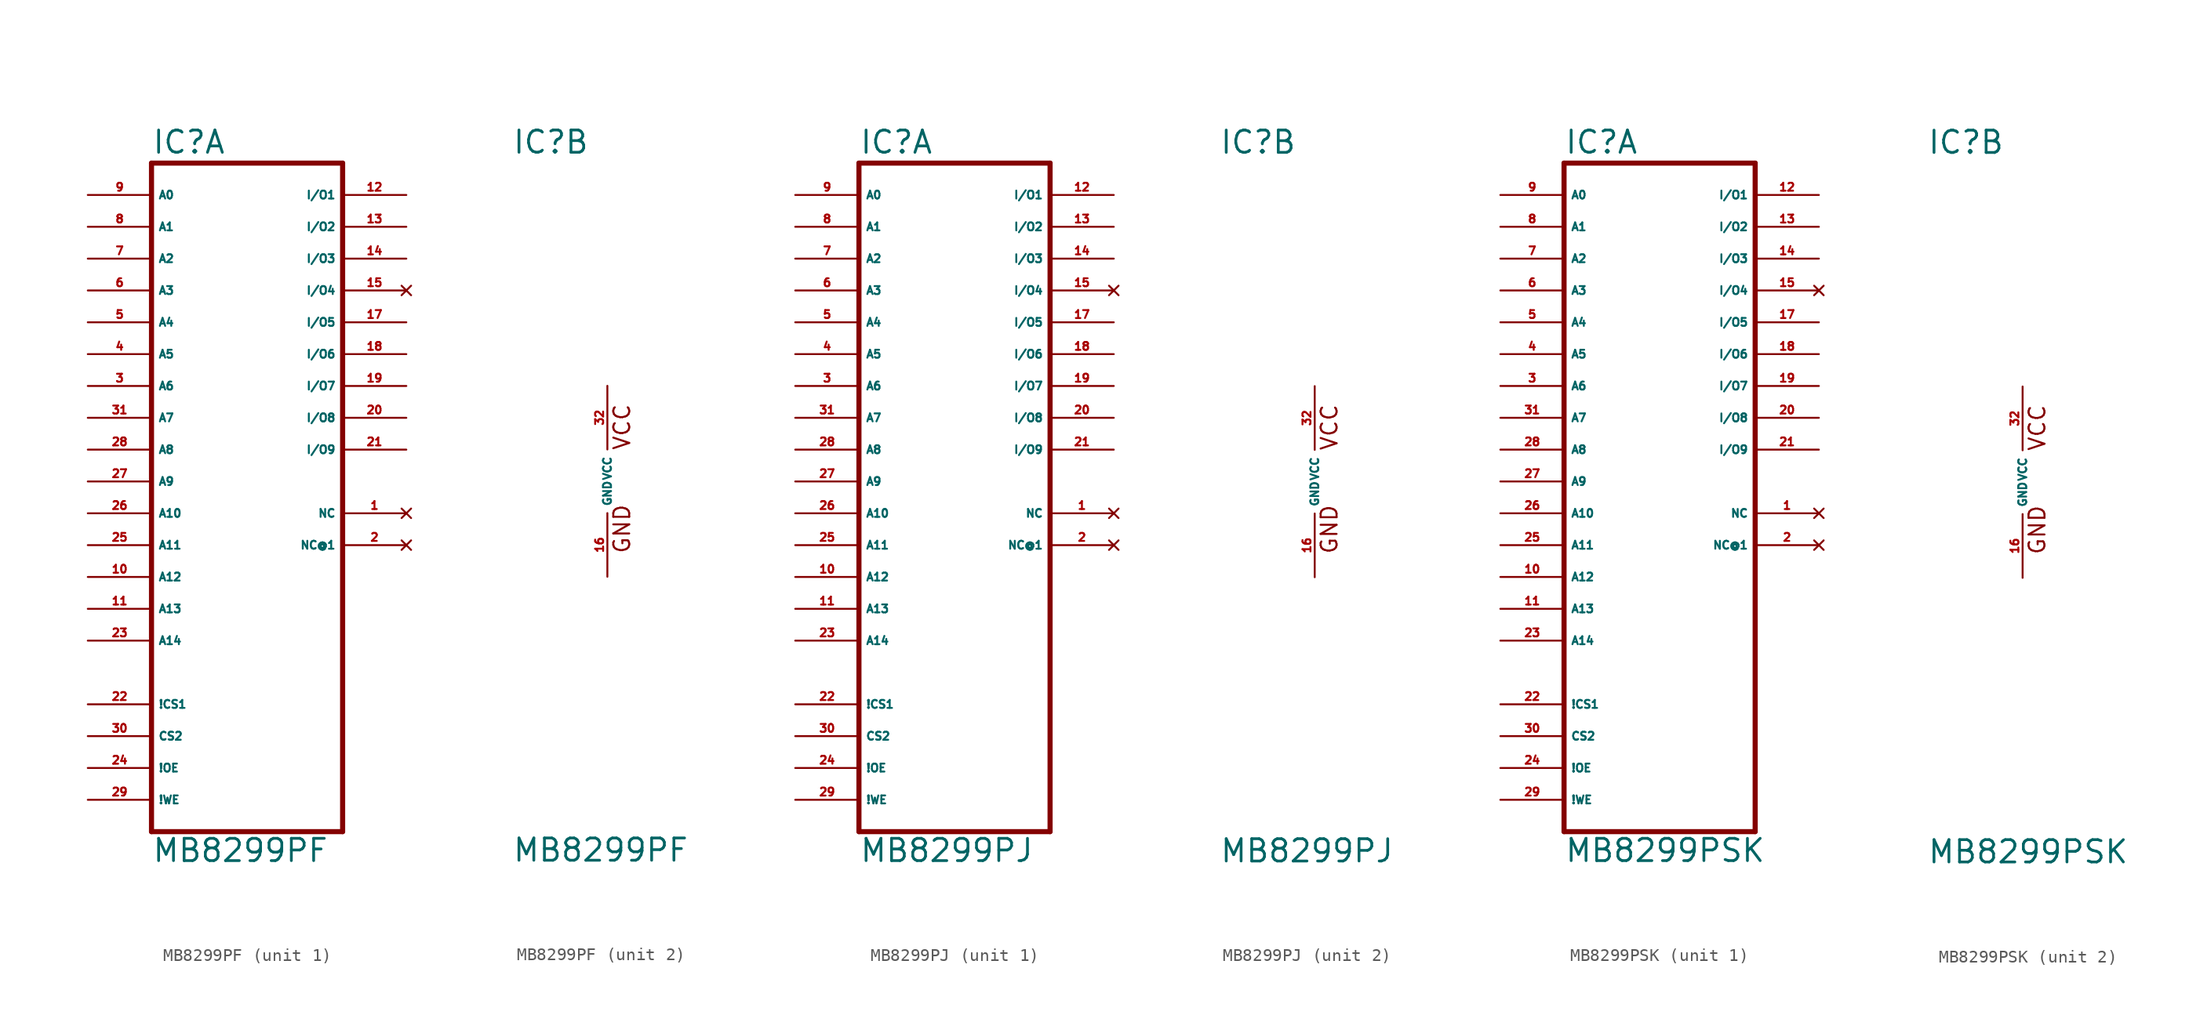
<source format=kicad_sym>
(kicad_symbol_lib
  (version 20220914)
  (generator Eagle2Kicad)
  (symbol "MB8299PF"
    (property "Reference" "IC"
      (at -7.62 26.035 0)
      (effects (font (size 1.778 1.778) (thickness 0.22)) (justify left bottom)))
    (property "Value" "MB8299PF"
      (at -7.62 -30.48 0)
      (effects (font (size 1.778 1.778) (thickness 0.22)) (justify left bottom)))
    (symbol "MB8299PF_1_0"
      (polyline (pts (xy -7.62 -27.94) (xy -7.62 25.4)) (stroke (width 0.406) (type default)) (fill (type none)))
      (polyline (pts (xy -7.62 25.4) (xy 7.62 25.4)) (stroke (width 0.406) (type default)) (fill (type none)))
      (polyline (pts (xy 7.62 25.4) (xy 7.62 -27.94)) (stroke (width 0.406) (type default)) (fill (type none)))
      (polyline (pts (xy 7.62 -27.94) (xy -7.62 -27.94)) (stroke (width 0.406) (type default)) (fill (type none)))
      (pin input line (at -12.7 22.86 0) (length 5.08) (name "A0" (effects (font (size 0.635 0.635) (thickness 0.08)) (justify left bottom))) (number "9" (effects (font (size 0.635 0.635) (thickness 0.08)) (justify left bottom))))
      (pin input line (at -12.7 20.32 0) (length 5.08) (name "A1" (effects (font (size 0.635 0.635) (thickness 0.08)) (justify left bottom))) (number "8" (effects (font (size 0.635 0.635) (thickness 0.08)) (justify left bottom))))
      (pin input line (at -12.7 17.78 0) (length 5.08) (name "A2" (effects (font (size 0.635 0.635) (thickness 0.08)) (justify left bottom))) (number "7" (effects (font (size 0.635 0.635) (thickness 0.08)) (justify left bottom))))
      (pin input line (at -12.7 15.24 0) (length 5.08) (name "A3" (effects (font (size 0.635 0.635) (thickness 0.08)) (justify left bottom))) (number "6" (effects (font (size 0.635 0.635) (thickness 0.08)) (justify left bottom))))
      (pin input line (at -12.7 12.7 0) (length 5.08) (name "A4" (effects (font (size 0.635 0.635) (thickness 0.08)) (justify left bottom))) (number "5" (effects (font (size 0.635 0.635) (thickness 0.08)) (justify left bottom))))
      (pin input line (at -12.7 7.62 0) (length 5.08) (name "A6" (effects (font (size 0.635 0.635) (thickness 0.08)) (justify left bottom))) (number "3" (effects (font (size 0.635 0.635) (thickness 0.08)) (justify left bottom))))
      (pin input line (at -12.7 10.16 0) (length 5.08) (name "A5" (effects (font (size 0.635 0.635) (thickness 0.08)) (justify left bottom))) (number "4" (effects (font (size 0.635 0.635) (thickness 0.08)) (justify left bottom))))
      (pin input line (at -12.7 5.08 0) (length 5.08) (name "A7" (effects (font (size 0.635 0.635) (thickness 0.08)) (justify left bottom))) (number "31" (effects (font (size 0.635 0.635) (thickness 0.08)) (justify left bottom))))
      (pin input line (at -12.7 2.54 0) (length 5.08) (name "A8" (effects (font (size 0.635 0.635) (thickness 0.08)) (justify left bottom))) (number "28" (effects (font (size 0.635 0.635) (thickness 0.08)) (justify left bottom))))
      (pin input line (at -12.7 0 0) (length 5.08) (name "A9" (effects (font (size 0.635 0.635) (thickness 0.08)) (justify left bottom))) (number "27" (effects (font (size 0.635 0.635) (thickness 0.08)) (justify left bottom))))
      (pin input line (at -12.7 -2.54 0) (length 5.08) (name "A10" (effects (font (size 0.635 0.635) (thickness 0.08)) (justify left bottom))) (number "26" (effects (font (size 0.635 0.635) (thickness 0.08)) (justify left bottom))))
      (pin input line (at -12.7 -5.08 0) (length 5.08) (name "A11" (effects (font (size 0.635 0.635) (thickness 0.08)) (justify left bottom))) (number "25" (effects (font (size 0.635 0.635) (thickness 0.08)) (justify left bottom))))
      (pin bidirectional line (at 12.7 22.86 180) (length 5.08) (name "I/O1" (effects (font (size 0.635 0.635) (thickness 0.08)) (justify left bottom))) (number "12" (effects (font (size 0.635 0.635) (thickness 0.08)) (justify left bottom))))
      (pin bidirectional line (at 12.7 20.32 180) (length 5.08) (name "I/O2" (effects (font (size 0.635 0.635) (thickness 0.08)) (justify left bottom))) (number "13" (effects (font (size 0.635 0.635) (thickness 0.08)) (justify left bottom))))
      (pin bidirectional line (at 12.7 17.78 180) (length 5.08) (name "I/O3" (effects (font (size 0.635 0.635) (thickness 0.08)) (justify left bottom))) (number "14" (effects (font (size 0.635 0.635) (thickness 0.08)) (justify left bottom))))
      (pin no_connect line (at 12.7 15.24 180) (length 5.08) (name "I/O4" (effects (font (size 0.635 0.635) (thickness 0.08)) (justify left bottom) hide)) (number "15" (effects (font (size 0.635 0.635) (thickness 0.08)) (justify left bottom) hide)))
      (pin input line (at -12.7 -20.32 0) (length 5.08) (name "CS2" (effects (font (size 0.635 0.635) (thickness 0.08)) (justify left bottom))) (number "30" (effects (font (size 0.635 0.635) (thickness 0.08)) (justify left bottom))))
      (pin input line (at -12.7 -25.4 0) (length 5.08) (name "!WE" (effects (font (size 0.635 0.635) (thickness 0.08)) (justify left bottom))) (number "29" (effects (font (size 0.635 0.635) (thickness 0.08)) (justify left bottom))))
      (pin input line (at -12.7 -7.62 0) (length 5.08) (name "A12" (effects (font (size 0.635 0.635) (thickness 0.08)) (justify left bottom))) (number "10" (effects (font (size 0.635 0.635) (thickness 0.08)) (justify left bottom))))
      (pin input line (at -12.7 -22.86 0) (length 5.08) (name "!OE" (effects (font (size 0.635 0.635) (thickness 0.08)) (justify left bottom))) (number "24" (effects (font (size 0.635 0.635) (thickness 0.08)) (justify left bottom))))
      (pin bidirectional line (at 12.7 12.7 180) (length 5.08) (name "I/O5" (effects (font (size 0.635 0.635) (thickness 0.08)) (justify left bottom))) (number "17" (effects (font (size 0.635 0.635) (thickness 0.08)) (justify left bottom))))
      (pin bidirectional line (at 12.7 10.16 180) (length 5.08) (name "I/O6" (effects (font (size 0.635 0.635) (thickness 0.08)) (justify left bottom))) (number "18" (effects (font (size 0.635 0.635) (thickness 0.08)) (justify left bottom))))
      (pin bidirectional line (at 12.7 7.62 180) (length 5.08) (name "I/O7" (effects (font (size 0.635 0.635) (thickness 0.08)) (justify left bottom))) (number "19" (effects (font (size 0.635 0.635) (thickness 0.08)) (justify left bottom))))
      (pin bidirectional line (at 12.7 5.08 180) (length 5.08) (name "I/O8" (effects (font (size 0.635 0.635) (thickness 0.08)) (justify left bottom))) (number "20" (effects (font (size 0.635 0.635) (thickness 0.08)) (justify left bottom))))
      (pin input line (at -12.7 -12.7 0) (length 5.08) (name "A14" (effects (font (size 0.635 0.635) (thickness 0.08)) (justify left bottom))) (number "23" (effects (font (size 0.635 0.635) (thickness 0.08)) (justify left bottom))))
      (pin input line (at -12.7 -10.16 0) (length 5.08) (name "A13" (effects (font (size 0.635 0.635) (thickness 0.08)) (justify left bottom))) (number "11" (effects (font (size 0.635 0.635) (thickness 0.08)) (justify left bottom))))
      (pin bidirectional line (at 12.7 2.54 180) (length 5.08) (name "I/O9" (effects (font (size 0.635 0.635) (thickness 0.08)) (justify left bottom))) (number "21" (effects (font (size 0.635 0.635) (thickness 0.08)) (justify left bottom))))
      (pin no_connect line (at 12.7 -2.54 180) (length 5.08) (name "NC" (effects (font (size 0.635 0.635) (thickness 0.08)) (justify left bottom) hide)) (number "1" (effects (font (size 0.635 0.635) (thickness 0.08)) (justify left bottom) hide)))
      (pin no_connect line (at 12.7 -5.08 180) (length 5.08) (name "NC@1" (effects (font (size 0.635 0.635) (thickness 0.08)) (justify left bottom) hide)) (number "2" (effects (font (size 0.635 0.635) (thickness 0.08)) (justify left bottom) hide)))
      (pin input line (at -12.7 -17.78 0) (length 5.08) (name "!CS1" (effects (font (size 0.635 0.635) (thickness 0.08)) (justify left bottom))) (number "22" (effects (font (size 0.635 0.635) (thickness 0.08)) (justify left bottom)))))
    (symbol "MB8299PF_2_0"
      (text "VCC" (at 1.905 2.413 900) (effects (font (size 1.27 1.27) (thickness 0.16)) (justify left bottom)))
      (text "GND" (at 1.905 -5.842 900) (effects (font (size 1.27 1.27) (thickness 0.16)) (justify left bottom)))
      (pin unspecified line (at 0 -7.62 90) (length 5.08) (name "GND" (effects (font (size 0.635 0.635) (thickness 0.08)) (justify left bottom))) (number "16" (effects (font (size 0.635 0.635) (thickness 0.08)) (justify left bottom))))
      (pin unspecified line (at 0 7.62 270) (length 5.08) (name "VCC" (effects (font (size 0.635 0.635) (thickness 0.08)) (justify left bottom))) (number "32" (effects (font (size 0.635 0.635) (thickness 0.08)) (justify left bottom))))))
  (symbol "MB8299PJ"
    (property "Reference" "IC"
      (at -7.62 26.035 0)
      (effects (font (size 1.778 1.778) (thickness 0.22)) (justify left bottom)))
    (property "Value" "MB8299PJ"
      (at -7.62 -30.48 0)
      (effects (font (size 1.778 1.778) (thickness 0.22)) (justify left bottom)))
    (symbol "MB8299PJ_1_0"
      (polyline (pts (xy -7.62 -27.94) (xy -7.62 25.4)) (stroke (width 0.406) (type default)) (fill (type none)))
      (polyline (pts (xy -7.62 25.4) (xy 7.62 25.4)) (stroke (width 0.406) (type default)) (fill (type none)))
      (polyline (pts (xy 7.62 25.4) (xy 7.62 -27.94)) (stroke (width 0.406) (type default)) (fill (type none)))
      (polyline (pts (xy 7.62 -27.94) (xy -7.62 -27.94)) (stroke (width 0.406) (type default)) (fill (type none)))
      (pin input line (at -12.7 22.86 0) (length 5.08) (name "A0" (effects (font (size 0.635 0.635) (thickness 0.08)) (justify left bottom))) (number "9" (effects (font (size 0.635 0.635) (thickness 0.08)) (justify left bottom))))
      (pin input line (at -12.7 20.32 0) (length 5.08) (name "A1" (effects (font (size 0.635 0.635) (thickness 0.08)) (justify left bottom))) (number "8" (effects (font (size 0.635 0.635) (thickness 0.08)) (justify left bottom))))
      (pin input line (at -12.7 17.78 0) (length 5.08) (name "A2" (effects (font (size 0.635 0.635) (thickness 0.08)) (justify left bottom))) (number "7" (effects (font (size 0.635 0.635) (thickness 0.08)) (justify left bottom))))
      (pin input line (at -12.7 15.24 0) (length 5.08) (name "A3" (effects (font (size 0.635 0.635) (thickness 0.08)) (justify left bottom))) (number "6" (effects (font (size 0.635 0.635) (thickness 0.08)) (justify left bottom))))
      (pin input line (at -12.7 12.7 0) (length 5.08) (name "A4" (effects (font (size 0.635 0.635) (thickness 0.08)) (justify left bottom))) (number "5" (effects (font (size 0.635 0.635) (thickness 0.08)) (justify left bottom))))
      (pin input line (at -12.7 7.62 0) (length 5.08) (name "A6" (effects (font (size 0.635 0.635) (thickness 0.08)) (justify left bottom))) (number "3" (effects (font (size 0.635 0.635) (thickness 0.08)) (justify left bottom))))
      (pin input line (at -12.7 10.16 0) (length 5.08) (name "A5" (effects (font (size 0.635 0.635) (thickness 0.08)) (justify left bottom))) (number "4" (effects (font (size 0.635 0.635) (thickness 0.08)) (justify left bottom))))
      (pin input line (at -12.7 5.08 0) (length 5.08) (name "A7" (effects (font (size 0.635 0.635) (thickness 0.08)) (justify left bottom))) (number "31" (effects (font (size 0.635 0.635) (thickness 0.08)) (justify left bottom))))
      (pin input line (at -12.7 2.54 0) (length 5.08) (name "A8" (effects (font (size 0.635 0.635) (thickness 0.08)) (justify left bottom))) (number "28" (effects (font (size 0.635 0.635) (thickness 0.08)) (justify left bottom))))
      (pin input line (at -12.7 0 0) (length 5.08) (name "A9" (effects (font (size 0.635 0.635) (thickness 0.08)) (justify left bottom))) (number "27" (effects (font (size 0.635 0.635) (thickness 0.08)) (justify left bottom))))
      (pin input line (at -12.7 -2.54 0) (length 5.08) (name "A10" (effects (font (size 0.635 0.635) (thickness 0.08)) (justify left bottom))) (number "26" (effects (font (size 0.635 0.635) (thickness 0.08)) (justify left bottom))))
      (pin input line (at -12.7 -5.08 0) (length 5.08) (name "A11" (effects (font (size 0.635 0.635) (thickness 0.08)) (justify left bottom))) (number "25" (effects (font (size 0.635 0.635) (thickness 0.08)) (justify left bottom))))
      (pin bidirectional line (at 12.7 22.86 180) (length 5.08) (name "I/O1" (effects (font (size 0.635 0.635) (thickness 0.08)) (justify left bottom))) (number "12" (effects (font (size 0.635 0.635) (thickness 0.08)) (justify left bottom))))
      (pin bidirectional line (at 12.7 20.32 180) (length 5.08) (name "I/O2" (effects (font (size 0.635 0.635) (thickness 0.08)) (justify left bottom))) (number "13" (effects (font (size 0.635 0.635) (thickness 0.08)) (justify left bottom))))
      (pin bidirectional line (at 12.7 17.78 180) (length 5.08) (name "I/O3" (effects (font (size 0.635 0.635) (thickness 0.08)) (justify left bottom))) (number "14" (effects (font (size 0.635 0.635) (thickness 0.08)) (justify left bottom))))
      (pin no_connect line (at 12.7 15.24 180) (length 5.08) (name "I/O4" (effects (font (size 0.635 0.635) (thickness 0.08)) (justify left bottom) hide)) (number "15" (effects (font (size 0.635 0.635) (thickness 0.08)) (justify left bottom) hide)))
      (pin input line (at -12.7 -20.32 0) (length 5.08) (name "CS2" (effects (font (size 0.635 0.635) (thickness 0.08)) (justify left bottom))) (number "30" (effects (font (size 0.635 0.635) (thickness 0.08)) (justify left bottom))))
      (pin input line (at -12.7 -25.4 0) (length 5.08) (name "!WE" (effects (font (size 0.635 0.635) (thickness 0.08)) (justify left bottom))) (number "29" (effects (font (size 0.635 0.635) (thickness 0.08)) (justify left bottom))))
      (pin input line (at -12.7 -7.62 0) (length 5.08) (name "A12" (effects (font (size 0.635 0.635) (thickness 0.08)) (justify left bottom))) (number "10" (effects (font (size 0.635 0.635) (thickness 0.08)) (justify left bottom))))
      (pin input line (at -12.7 -22.86 0) (length 5.08) (name "!OE" (effects (font (size 0.635 0.635) (thickness 0.08)) (justify left bottom))) (number "24" (effects (font (size 0.635 0.635) (thickness 0.08)) (justify left bottom))))
      (pin bidirectional line (at 12.7 12.7 180) (length 5.08) (name "I/O5" (effects (font (size 0.635 0.635) (thickness 0.08)) (justify left bottom))) (number "17" (effects (font (size 0.635 0.635) (thickness 0.08)) (justify left bottom))))
      (pin bidirectional line (at 12.7 10.16 180) (length 5.08) (name "I/O6" (effects (font (size 0.635 0.635) (thickness 0.08)) (justify left bottom))) (number "18" (effects (font (size 0.635 0.635) (thickness 0.08)) (justify left bottom))))
      (pin bidirectional line (at 12.7 7.62 180) (length 5.08) (name "I/O7" (effects (font (size 0.635 0.635) (thickness 0.08)) (justify left bottom))) (number "19" (effects (font (size 0.635 0.635) (thickness 0.08)) (justify left bottom))))
      (pin bidirectional line (at 12.7 5.08 180) (length 5.08) (name "I/O8" (effects (font (size 0.635 0.635) (thickness 0.08)) (justify left bottom))) (number "20" (effects (font (size 0.635 0.635) (thickness 0.08)) (justify left bottom))))
      (pin input line (at -12.7 -12.7 0) (length 5.08) (name "A14" (effects (font (size 0.635 0.635) (thickness 0.08)) (justify left bottom))) (number "23" (effects (font (size 0.635 0.635) (thickness 0.08)) (justify left bottom))))
      (pin input line (at -12.7 -10.16 0) (length 5.08) (name "A13" (effects (font (size 0.635 0.635) (thickness 0.08)) (justify left bottom))) (number "11" (effects (font (size 0.635 0.635) (thickness 0.08)) (justify left bottom))))
      (pin bidirectional line (at 12.7 2.54 180) (length 5.08) (name "I/O9" (effects (font (size 0.635 0.635) (thickness 0.08)) (justify left bottom))) (number "21" (effects (font (size 0.635 0.635) (thickness 0.08)) (justify left bottom))))
      (pin no_connect line (at 12.7 -2.54 180) (length 5.08) (name "NC" (effects (font (size 0.635 0.635) (thickness 0.08)) (justify left bottom) hide)) (number "1" (effects (font (size 0.635 0.635) (thickness 0.08)) (justify left bottom) hide)))
      (pin no_connect line (at 12.7 -5.08 180) (length 5.08) (name "NC@1" (effects (font (size 0.635 0.635) (thickness 0.08)) (justify left bottom) hide)) (number "2" (effects (font (size 0.635 0.635) (thickness 0.08)) (justify left bottom) hide)))
      (pin input line (at -12.7 -17.78 0) (length 5.08) (name "!CS1" (effects (font (size 0.635 0.635) (thickness 0.08)) (justify left bottom))) (number "22" (effects (font (size 0.635 0.635) (thickness 0.08)) (justify left bottom)))))
    (symbol "MB8299PJ_2_0"
      (text "VCC" (at 1.905 2.413 900) (effects (font (size 1.27 1.27) (thickness 0.16)) (justify left bottom)))
      (text "GND" (at 1.905 -5.842 900) (effects (font (size 1.27 1.27) (thickness 0.16)) (justify left bottom)))
      (pin unspecified line (at 0 -7.62 90) (length 5.08) (name "GND" (effects (font (size 0.635 0.635) (thickness 0.08)) (justify left bottom))) (number "16" (effects (font (size 0.635 0.635) (thickness 0.08)) (justify left bottom))))
      (pin unspecified line (at 0 7.62 270) (length 5.08) (name "VCC" (effects (font (size 0.635 0.635) (thickness 0.08)) (justify left bottom))) (number "32" (effects (font (size 0.635 0.635) (thickness 0.08)) (justify left bottom))))))
  (symbol "MB8299PSK"
    (property "Reference" "IC"
      (at -7.62 26.035 0)
      (effects (font (size 1.778 1.778) (thickness 0.22)) (justify left bottom)))
    (property "Value" "MB8299PSK"
      (at -7.62 -30.48 0)
      (effects (font (size 1.778 1.778) (thickness 0.22)) (justify left bottom)))
    (symbol "MB8299PSK_1_0"
      (polyline (pts (xy -7.62 -27.94) (xy -7.62 25.4)) (stroke (width 0.406) (type default)) (fill (type none)))
      (polyline (pts (xy -7.62 25.4) (xy 7.62 25.4)) (stroke (width 0.406) (type default)) (fill (type none)))
      (polyline (pts (xy 7.62 25.4) (xy 7.62 -27.94)) (stroke (width 0.406) (type default)) (fill (type none)))
      (polyline (pts (xy 7.62 -27.94) (xy -7.62 -27.94)) (stroke (width 0.406) (type default)) (fill (type none)))
      (pin input line (at -12.7 22.86 0) (length 5.08) (name "A0" (effects (font (size 0.635 0.635) (thickness 0.08)) (justify left bottom))) (number "9" (effects (font (size 0.635 0.635) (thickness 0.08)) (justify left bottom))))
      (pin input line (at -12.7 20.32 0) (length 5.08) (name "A1" (effects (font (size 0.635 0.635) (thickness 0.08)) (justify left bottom))) (number "8" (effects (font (size 0.635 0.635) (thickness 0.08)) (justify left bottom))))
      (pin input line (at -12.7 17.78 0) (length 5.08) (name "A2" (effects (font (size 0.635 0.635) (thickness 0.08)) (justify left bottom))) (number "7" (effects (font (size 0.635 0.635) (thickness 0.08)) (justify left bottom))))
      (pin input line (at -12.7 15.24 0) (length 5.08) (name "A3" (effects (font (size 0.635 0.635) (thickness 0.08)) (justify left bottom))) (number "6" (effects (font (size 0.635 0.635) (thickness 0.08)) (justify left bottom))))
      (pin input line (at -12.7 12.7 0) (length 5.08) (name "A4" (effects (font (size 0.635 0.635) (thickness 0.08)) (justify left bottom))) (number "5" (effects (font (size 0.635 0.635) (thickness 0.08)) (justify left bottom))))
      (pin input line (at -12.7 7.62 0) (length 5.08) (name "A6" (effects (font (size 0.635 0.635) (thickness 0.08)) (justify left bottom))) (number "3" (effects (font (size 0.635 0.635) (thickness 0.08)) (justify left bottom))))
      (pin input line (at -12.7 10.16 0) (length 5.08) (name "A5" (effects (font (size 0.635 0.635) (thickness 0.08)) (justify left bottom))) (number "4" (effects (font (size 0.635 0.635) (thickness 0.08)) (justify left bottom))))
      (pin input line (at -12.7 5.08 0) (length 5.08) (name "A7" (effects (font (size 0.635 0.635) (thickness 0.08)) (justify left bottom))) (number "31" (effects (font (size 0.635 0.635) (thickness 0.08)) (justify left bottom))))
      (pin input line (at -12.7 2.54 0) (length 5.08) (name "A8" (effects (font (size 0.635 0.635) (thickness 0.08)) (justify left bottom))) (number "28" (effects (font (size 0.635 0.635) (thickness 0.08)) (justify left bottom))))
      (pin input line (at -12.7 0 0) (length 5.08) (name "A9" (effects (font (size 0.635 0.635) (thickness 0.08)) (justify left bottom))) (number "27" (effects (font (size 0.635 0.635) (thickness 0.08)) (justify left bottom))))
      (pin input line (at -12.7 -2.54 0) (length 5.08) (name "A10" (effects (font (size 0.635 0.635) (thickness 0.08)) (justify left bottom))) (number "26" (effects (font (size 0.635 0.635) (thickness 0.08)) (justify left bottom))))
      (pin input line (at -12.7 -5.08 0) (length 5.08) (name "A11" (effects (font (size 0.635 0.635) (thickness 0.08)) (justify left bottom))) (number "25" (effects (font (size 0.635 0.635) (thickness 0.08)) (justify left bottom))))
      (pin bidirectional line (at 12.7 22.86 180) (length 5.08) (name "I/O1" (effects (font (size 0.635 0.635) (thickness 0.08)) (justify left bottom))) (number "12" (effects (font (size 0.635 0.635) (thickness 0.08)) (justify left bottom))))
      (pin bidirectional line (at 12.7 20.32 180) (length 5.08) (name "I/O2" (effects (font (size 0.635 0.635) (thickness 0.08)) (justify left bottom))) (number "13" (effects (font (size 0.635 0.635) (thickness 0.08)) (justify left bottom))))
      (pin bidirectional line (at 12.7 17.78 180) (length 5.08) (name "I/O3" (effects (font (size 0.635 0.635) (thickness 0.08)) (justify left bottom))) (number "14" (effects (font (size 0.635 0.635) (thickness 0.08)) (justify left bottom))))
      (pin no_connect line (at 12.7 15.24 180) (length 5.08) (name "I/O4" (effects (font (size 0.635 0.635) (thickness 0.08)) (justify left bottom) hide)) (number "15" (effects (font (size 0.635 0.635) (thickness 0.08)) (justify left bottom) hide)))
      (pin input line (at -12.7 -20.32 0) (length 5.08) (name "CS2" (effects (font (size 0.635 0.635) (thickness 0.08)) (justify left bottom))) (number "30" (effects (font (size 0.635 0.635) (thickness 0.08)) (justify left bottom))))
      (pin input line (at -12.7 -25.4 0) (length 5.08) (name "!WE" (effects (font (size 0.635 0.635) (thickness 0.08)) (justify left bottom))) (number "29" (effects (font (size 0.635 0.635) (thickness 0.08)) (justify left bottom))))
      (pin input line (at -12.7 -7.62 0) (length 5.08) (name "A12" (effects (font (size 0.635 0.635) (thickness 0.08)) (justify left bottom))) (number "10" (effects (font (size 0.635 0.635) (thickness 0.08)) (justify left bottom))))
      (pin input line (at -12.7 -22.86 0) (length 5.08) (name "!OE" (effects (font (size 0.635 0.635) (thickness 0.08)) (justify left bottom))) (number "24" (effects (font (size 0.635 0.635) (thickness 0.08)) (justify left bottom))))
      (pin bidirectional line (at 12.7 12.7 180) (length 5.08) (name "I/O5" (effects (font (size 0.635 0.635) (thickness 0.08)) (justify left bottom))) (number "17" (effects (font (size 0.635 0.635) (thickness 0.08)) (justify left bottom))))
      (pin bidirectional line (at 12.7 10.16 180) (length 5.08) (name "I/O6" (effects (font (size 0.635 0.635) (thickness 0.08)) (justify left bottom))) (number "18" (effects (font (size 0.635 0.635) (thickness 0.08)) (justify left bottom))))
      (pin bidirectional line (at 12.7 7.62 180) (length 5.08) (name "I/O7" (effects (font (size 0.635 0.635) (thickness 0.08)) (justify left bottom))) (number "19" (effects (font (size 0.635 0.635) (thickness 0.08)) (justify left bottom))))
      (pin bidirectional line (at 12.7 5.08 180) (length 5.08) (name "I/O8" (effects (font (size 0.635 0.635) (thickness 0.08)) (justify left bottom))) (number "20" (effects (font (size 0.635 0.635) (thickness 0.08)) (justify left bottom))))
      (pin input line (at -12.7 -12.7 0) (length 5.08) (name "A14" (effects (font (size 0.635 0.635) (thickness 0.08)) (justify left bottom))) (number "23" (effects (font (size 0.635 0.635) (thickness 0.08)) (justify left bottom))))
      (pin input line (at -12.7 -10.16 0) (length 5.08) (name "A13" (effects (font (size 0.635 0.635) (thickness 0.08)) (justify left bottom))) (number "11" (effects (font (size 0.635 0.635) (thickness 0.08)) (justify left bottom))))
      (pin bidirectional line (at 12.7 2.54 180) (length 5.08) (name "I/O9" (effects (font (size 0.635 0.635) (thickness 0.08)) (justify left bottom))) (number "21" (effects (font (size 0.635 0.635) (thickness 0.08)) (justify left bottom))))
      (pin no_connect line (at 12.7 -2.54 180) (length 5.08) (name "NC" (effects (font (size 0.635 0.635) (thickness 0.08)) (justify left bottom) hide)) (number "1" (effects (font (size 0.635 0.635) (thickness 0.08)) (justify left bottom) hide)))
      (pin no_connect line (at 12.7 -5.08 180) (length 5.08) (name "NC@1" (effects (font (size 0.635 0.635) (thickness 0.08)) (justify left bottom) hide)) (number "2" (effects (font (size 0.635 0.635) (thickness 0.08)) (justify left bottom) hide)))
      (pin input line (at -12.7 -17.78 0) (length 5.08) (name "!CS1" (effects (font (size 0.635 0.635) (thickness 0.08)) (justify left bottom))) (number "22" (effects (font (size 0.635 0.635) (thickness 0.08)) (justify left bottom)))))
    (symbol "MB8299PSK_2_0"
      (text "VCC" (at 1.905 2.413 900) (effects (font (size 1.27 1.27) (thickness 0.16)) (justify left bottom)))
      (text "GND" (at 1.905 -5.842 900) (effects (font (size 1.27 1.27) (thickness 0.16)) (justify left bottom)))
      (pin unspecified line (at 0 -7.62 90) (length 5.08) (name "GND" (effects (font (size 0.635 0.635) (thickness 0.08)) (justify left bottom))) (number "16" (effects (font (size 0.635 0.635) (thickness 0.08)) (justify left bottom))))
      (pin unspecified line (at 0 7.62 270) (length 5.08) (name "VCC" (effects (font (size 0.635 0.635) (thickness 0.08)) (justify left bottom))) (number "32" (effects (font (size 0.635 0.635) (thickness 0.08)) (justify left bottom)))))))
</source>
